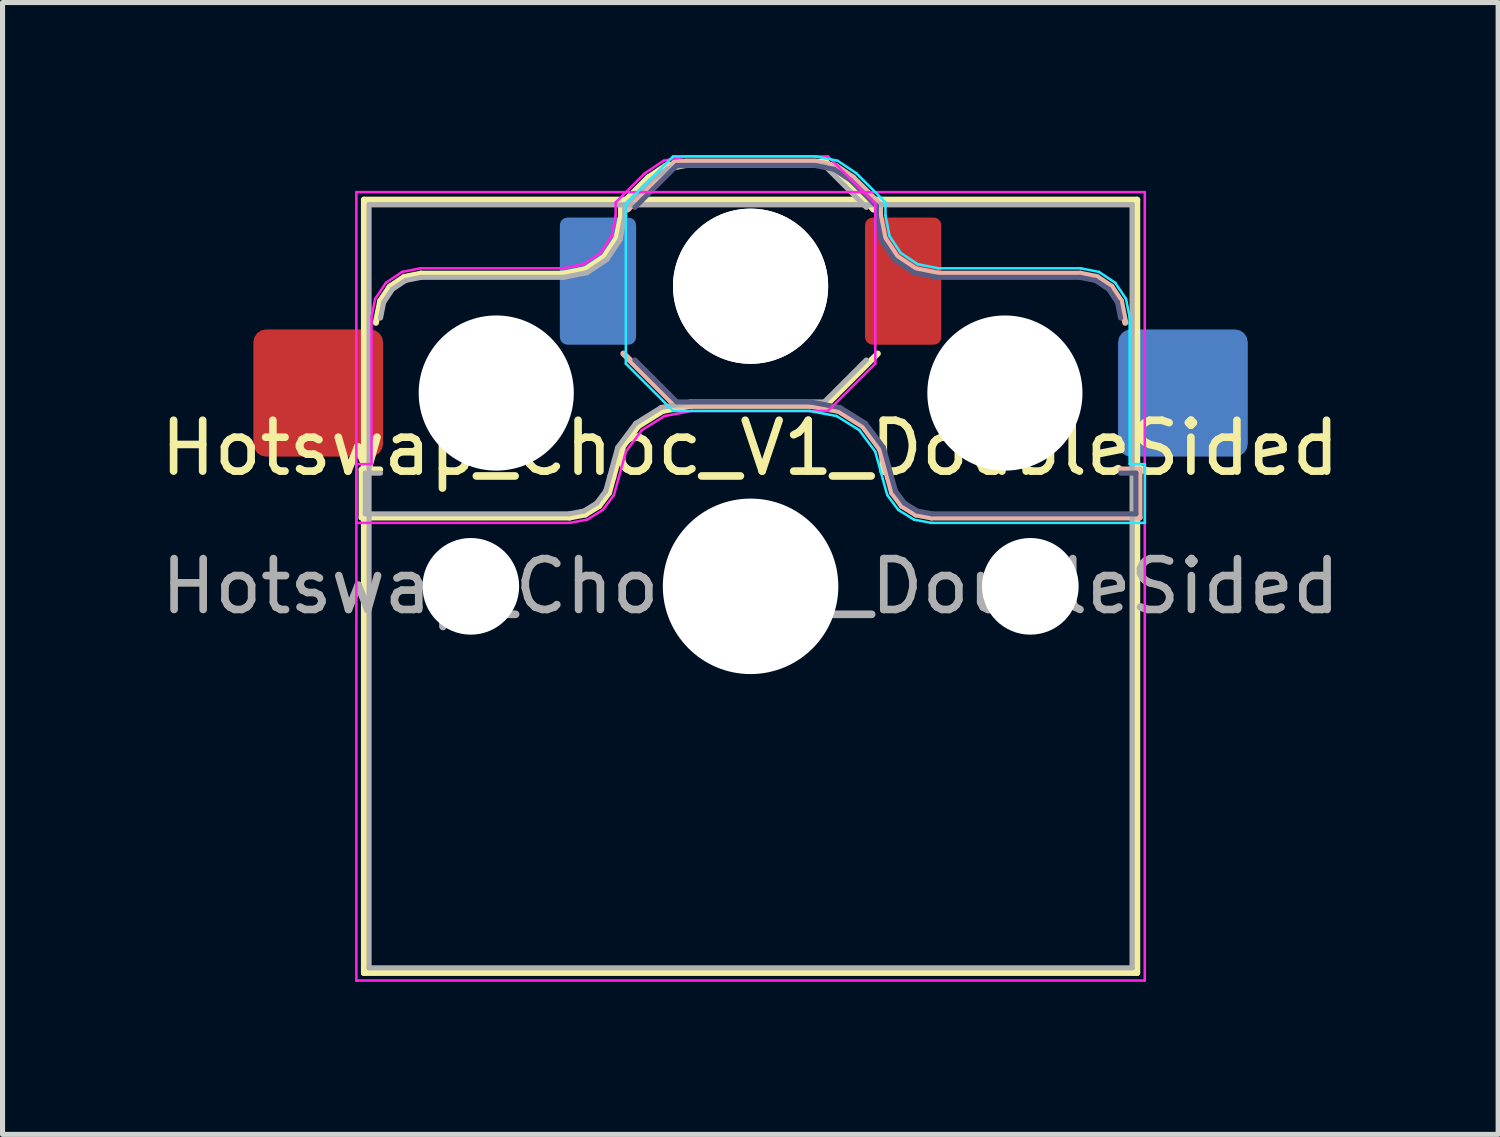
<source format=kicad_pcb>
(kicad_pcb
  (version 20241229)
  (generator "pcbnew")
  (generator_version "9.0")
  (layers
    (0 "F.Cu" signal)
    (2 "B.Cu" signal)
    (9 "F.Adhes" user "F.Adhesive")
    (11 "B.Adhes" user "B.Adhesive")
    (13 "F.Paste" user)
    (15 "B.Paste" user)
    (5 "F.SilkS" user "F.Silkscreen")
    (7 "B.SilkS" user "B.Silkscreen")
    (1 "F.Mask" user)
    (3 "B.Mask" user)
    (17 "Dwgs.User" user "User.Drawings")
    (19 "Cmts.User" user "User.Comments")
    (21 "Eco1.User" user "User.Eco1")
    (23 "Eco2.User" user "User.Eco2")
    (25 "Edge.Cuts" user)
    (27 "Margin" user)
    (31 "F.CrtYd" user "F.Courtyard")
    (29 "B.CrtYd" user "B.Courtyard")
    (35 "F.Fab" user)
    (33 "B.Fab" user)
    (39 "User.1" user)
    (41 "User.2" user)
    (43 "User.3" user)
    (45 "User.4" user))
  (footprint "Hotswap_Choc_V1_DoubleSided"
    (layer "F.Cu")
    (at 11.706 8.477)
    (property "Reference" "Hotswap_Choc_V1_DoubleSided" (at -0.01 -2.72 0) (layer "F.SilkS") (effects (font (size 1 1) (thickness 0.15))))
    (attr smd)
    (fp_line (start -7.646 -2.296) (end -7.646 -1.354) (stroke (width 0.12) (type solid)) (layer "F.SilkS"))
    (fp_line (start -7.646 -1.354) (end -3.56 -1.354) (stroke (width 0.12) (type solid)) (layer "F.SilkS"))
    (fp_line (start -7.6 -7.6) (end -7.6 7.6) (stroke (width 0.12) (type solid)) (layer "F.SilkS"))
    (fp_line (start -7.6 7.6) (end 7.6 7.6) (stroke (width 0.12) (type solid)) (layer "F.SilkS"))
    (fp_line (start -7.283 -2.296) (end -7.646 -2.296) (stroke (width 0.12) (type solid)) (layer "F.SilkS"))
    (fp_line (start -7.281 -5.609) (end -7.366 -5.182) (stroke (width 0.12) (type solid)) (layer "F.SilkS"))
    (fp_line (start -7.092 -5.892) (end -7.281 -5.609) (stroke (width 0.12) (type solid)) (layer "F.SilkS"))
    (fp_line (start -6.809 -6.081) (end -7.092 -5.892) (stroke (width 0.12) (type solid)) (layer "F.SilkS"))
    (fp_line (start -6.482 -6.146) (end -6.809 -6.081) (stroke (width 0.12) (type solid)) (layer "F.SilkS"))
    (fp_line (start -3.682 -6.146) (end -6.482 -6.146) (stroke (width 0.12) (type solid)) (layer "F.SilkS"))
    (fp_line (start -3.56 -1.354) (end -3.25 -1.413) (stroke (width 0.12) (type solid)) (layer "F.SilkS"))
    (fp_line (start -3.25 -1.413) (end -2.976 -1.583) (stroke (width 0.12) (type solid)) (layer "F.SilkS"))
    (fp_line (start -3.244 -6.233) (end -3.682 -6.146) (stroke (width 0.12) (type solid)) (layer "F.SilkS"))
    (fp_line (start -2.976 -1.583) (end -2.783 -1.841) (stroke (width 0.12) (type solid)) (layer "F.SilkS"))
    (fp_line (start -2.877 -6.477) (end -3.244 -6.233) (stroke (width 0.12) (type solid)) (layer "F.SilkS"))
    (fp_line (start -2.783 -1.841) (end -2.701 -2.139) (stroke (width 0.12) (type solid)) (layer "F.SilkS"))
    (fp_line (start -2.701 -2.139) (end -2.547 -2.697) (stroke (width 0.12) (type solid)) (layer "F.SilkS"))
    (fp_line (start -2.633 -6.844) (end -2.877 -6.477) (stroke (width 0.12) (type solid)) (layer "F.SilkS"))
    (fp_line (start -2.547 -2.697) (end -2.209 -3.15) (stroke (width 0.12) (type solid)) (layer "F.SilkS"))
    (fp_line (start -2.546 -7.504) (end -2.546 -7.282) (stroke (width 0.12) (type solid)) (layer "F.SilkS"))
    (fp_line (start -2.546 -7.282) (end -2.633 -6.844) (stroke (width 0.12) (type solid)) (layer "F.SilkS"))
    (fp_line (start -2.209 -3.15) (end -1.73 -3.449) (stroke (width 0.12) (type solid)) (layer "F.SilkS"))
    (fp_line (start -2.013 -8.037) (end -2.546 -7.504) (stroke (width 0.12) (type solid)) (layer "F.SilkS"))
    (fp_line (start -1.73 -3.449) (end -1.168 -3.554) (stroke (width 0.12) (type solid)) (layer "F.SilkS"))
    (fp_line (start -1.671 -8.266) (end -2.013 -8.037) (stroke (width 0.12) (type solid)) (layer "F.SilkS"))
    (fp_line (start -1.268 -8.346) (end -1.671 -8.266) (stroke (width 0.12) (type solid)) (layer "F.SilkS"))
    (fp_line (start -1.168 -3.554) (end 1.479 -3.554) (stroke (width 0.12) (type solid)) (layer "F.SilkS"))
    (fp_line (start 1.479 -8.346) (end -1.268 -8.346) (stroke (width 0.12) (type solid)) (layer "F.SilkS"))
    (fp_line (start 1.479 -3.554) (end 2.5 -4.575) (stroke (width 0.12) (type solid)) (layer "F.SilkS"))
    (fp_line (start 2.416 -7.409) (end 1.479 -8.346) (stroke (width 0.12) (type solid)) (layer "F.SilkS"))
    (fp_line (start 7.6 -7.6) (end -7.6 -7.6) (stroke (width 0.12) (type solid)) (layer "F.SilkS"))
    (fp_line (start 7.6 7.6) (end 7.6 -7.6) (stroke (width 0.12) (type solid)) (layer "F.SilkS"))
    (fp_line (start -2.416 -7.409) (end -1.479 -8.346) (stroke (width 0.12) (type solid)) (layer "B.SilkS"))
    (fp_line (start -1.479 -8.346) (end 1.268 -8.346) (stroke (width 0.12) (type solid)) (layer "B.SilkS"))
    (fp_line (start -1.479 -3.554) (end -2.5 -4.575) (stroke (width 0.12) (type solid)) (layer "B.SilkS"))
    (fp_line (start 1.168 -3.554) (end -1.479 -3.554) (stroke (width 0.12) (type solid)) (layer "B.SilkS"))
    (fp_line (start 1.268 -8.346) (end 1.671 -8.266) (stroke (width 0.12) (type solid)) (layer "B.SilkS"))
    (fp_line (start 1.671 -8.266) (end 2.013 -8.037) (stroke (width 0.12) (type solid)) (layer "B.SilkS"))
    (fp_line (start 1.73 -3.449) (end 1.168 -3.554) (stroke (width 0.12) (type solid)) (layer "B.SilkS"))
    (fp_line (start 2.013 -8.037) (end 2.546 -7.504) (stroke (width 0.12) (type solid)) (layer "B.SilkS"))
    (fp_line (start 2.209 -3.15) (end 1.73 -3.449) (stroke (width 0.12) (type solid)) (layer "B.SilkS"))
    (fp_line (start 2.546 -7.504) (end 2.546 -7.282) (stroke (width 0.12) (type solid)) (layer "B.SilkS"))
    (fp_line (start 2.546 -7.282) (end 2.633 -6.844) (stroke (width 0.12) (type solid)) (layer "B.SilkS"))
    (fp_line (start 2.547 -2.697) (end 2.209 -3.15) (stroke (width 0.12) (type solid)) (layer "B.SilkS"))
    (fp_line (start 2.633 -6.844) (end 2.877 -6.477) (stroke (width 0.12) (type solid)) (layer "B.SilkS"))
    (fp_line (start 2.701 -2.139) (end 2.547 -2.697) (stroke (width 0.12) (type solid)) (layer "B.SilkS"))
    (fp_line (start 2.783 -1.841) (end 2.701 -2.139) (stroke (width 0.12) (type solid)) (layer "B.SilkS"))
    (fp_line (start 2.877 -6.477) (end 3.244 -6.233) (stroke (width 0.12) (type solid)) (layer "B.SilkS"))
    (fp_line (start 2.976 -1.583) (end 2.783 -1.841) (stroke (width 0.12) (type solid)) (layer "B.SilkS"))
    (fp_line (start 3.244 -6.233) (end 3.682 -6.146) (stroke (width 0.12) (type solid)) (layer "B.SilkS"))
    (fp_line (start 3.25 -1.413) (end 2.976 -1.583) (stroke (width 0.12) (type solid)) (layer "B.SilkS"))
    (fp_line (start 3.56 -1.354) (end 3.25 -1.413) (stroke (width 0.12) (type solid)) (layer "B.SilkS"))
    (fp_line (start 3.682 -6.146) (end 6.482 -6.146) (stroke (width 0.12) (type solid)) (layer "B.SilkS"))
    (fp_line (start 6.482 -6.146) (end 6.809 -6.081) (stroke (width 0.12) (type solid)) (layer "B.SilkS"))
    (fp_line (start 6.809 -6.081) (end 7.092 -5.892) (stroke (width 0.12) (type solid)) (layer "B.SilkS"))
    (fp_line (start 7.092 -5.892) (end 7.281 -5.609) (stroke (width 0.12) (type solid)) (layer "B.SilkS"))
    (fp_line (start 7.281 -5.609) (end 7.366 -5.182) (stroke (width 0.12) (type solid)) (layer "B.SilkS"))
    (fp_line (start 7.283 -2.296) (end 7.646 -2.296) (stroke (width 0.12) (type solid)) (layer "B.SilkS"))
    (fp_line (start 7.646 -2.296) (end 7.646 -1.354) (stroke (width 0.12) (type solid)) (layer "B.SilkS"))
    (fp_line (start 7.646 -1.354) (end 3.56 -1.354) (stroke (width 0.12) (type solid)) (layer "B.SilkS"))
    (fp_line (start -7.25 -7.25) (end -7.25 7.25) (stroke (width 0.1) (type solid)) (layer "Eco1.User"))
    (fp_line (start -7.25 7.25) (end 7.25 7.25) (stroke (width 0.1) (type solid)) (layer "Eco1.User"))
    (fp_line (start 7.25 -7.25) (end -7.25 -7.25) (stroke (width 0.1) (type solid)) (layer "Eco1.User"))
    (fp_line (start 7.25 7.25) (end 7.25 -7.25) (stroke (width 0.1) (type solid)) (layer "Eco1.User"))
    (fp_line (start -2.452 -7.523) (end -1.523 -8.452) (stroke (width 0.05) (type solid)) (layer "B.CrtYd"))
    (fp_line (start -2.452 -4.377) (end -2.452 -7.523) (stroke (width 0.05) (type solid)) (layer "B.CrtYd"))
    (fp_line (start -1.523 -8.452) (end 1.278 -8.452) (stroke (width 0.05) (type solid)) (layer "B.CrtYd"))
    (fp_line (start -1.523 -3.448) (end -2.452 -4.377) (stroke (width 0.05) (type solid)) (layer "B.CrtYd"))
    (fp_line (start 1.159 -3.448) (end -1.523 -3.448) (stroke (width 0.05) (type solid)) (layer "B.CrtYd"))
    (fp_line (start 1.278 -8.452) (end 1.712 -8.366) (stroke (width 0.05) (type solid)) (layer "B.CrtYd"))
    (fp_line (start 1.691 -3.348) (end 1.159 -3.448) (stroke (width 0.05) (type solid)) (layer "B.CrtYd"))
    (fp_line (start 1.712 -8.366) (end 2.081 -8.119) (stroke (width 0.05) (type solid)) (layer "B.CrtYd"))
    (fp_line (start 2.081 -8.119) (end 2.652 -7.548) (stroke (width 0.05) (type solid)) (layer "B.CrtYd"))
    (fp_line (start 2.136 -3.071) (end 1.691 -3.348) (stroke (width 0.05) (type solid)) (layer "B.CrtYd"))
    (fp_line (start 2.45 -2.65) (end 2.136 -3.071) (stroke (width 0.05) (type solid)) (layer "B.CrtYd"))
    (fp_line (start 2.599 -2.111) (end 2.45 -2.65) (stroke (width 0.05) (type solid)) (layer "B.CrtYd"))
    (fp_line (start 2.652 -7.548) (end 2.652 -7.292) (stroke (width 0.05) (type solid)) (layer "B.CrtYd"))
    (fp_line (start 2.652 -7.292) (end 2.733 -6.885) (stroke (width 0.05) (type solid)) (layer "B.CrtYd"))
    (fp_line (start 2.687 -1.794) (end 2.599 -2.111) (stroke (width 0.05) (type solid)) (layer "B.CrtYd"))
    (fp_line (start 2.733 -6.885) (end 2.953 -6.553) (stroke (width 0.05) (type solid)) (layer "B.CrtYd"))
    (fp_line (start 2.903 -1.503) (end 2.687 -1.794) (stroke (width 0.05) (type solid)) (layer "B.CrtYd"))
    (fp_line (start 2.953 -6.553) (end 3.285 -6.333) (stroke (width 0.05) (type solid)) (layer "B.CrtYd"))
    (fp_line (start 3.211 -1.312) (end 2.903 -1.503) (stroke (width 0.05) (type solid)) (layer "B.CrtYd"))
    (fp_line (start 3.285 -6.333) (end 3.692 -6.252) (stroke (width 0.05) (type solid)) (layer "B.CrtYd"))
    (fp_line (start 3.55 -1.248) (end 3.211 -1.312) (stroke (width 0.05) (type solid)) (layer "B.CrtYd"))
    (fp_line (start 3.692 -6.252) (end 6.492 -6.252) (stroke (width 0.05) (type solid)) (layer "B.CrtYd"))
    (fp_line (start 6.492 -6.252) (end 6.85 -6.181) (stroke (width 0.05) (type solid)) (layer "B.CrtYd"))
    (fp_line (start 6.85 -6.181) (end 7.168 -5.968) (stroke (width 0.05) (type solid)) (layer "B.CrtYd"))
    (fp_line (start 7.168 -5.968) (end 7.381 -5.65) (stroke (width 0.05) (type solid)) (layer "B.CrtYd"))
    (fp_line (start 7.381 -5.65) (end 7.452 -5.292) (stroke (width 0.05) (type solid)) (layer "B.CrtYd"))
    (fp_line (start 7.452 -5.292) (end 7.452 -2.402) (stroke (width 0.05) (type solid)) (layer "B.CrtYd"))
    (fp_line (start 7.452 -2.402) (end 7.752 -2.402) (stroke (width 0.05) (type solid)) (layer "B.CrtYd"))
    (fp_line (start 7.752 -2.402) (end 7.752 -1.248) (stroke (width 0.05) (type solid)) (layer "B.CrtYd"))
    (fp_line (start 7.752 -1.248) (end 3.55 -1.248) (stroke (width 0.05) (type solid)) (layer "B.CrtYd"))
    (fp_line (start -7.752 -2.402) (end -7.752 -1.248) (stroke (width 0.05) (type solid)) (layer "F.CrtYd"))
    (fp_line (start -7.752 -1.248) (end -3.55 -1.248) (stroke (width 0.05) (type solid)) (layer "F.CrtYd"))
    (fp_line (start -7.75 -7.75) (end -7.75 7.75) (stroke (width 0.05) (type solid)) (layer "F.CrtYd"))
    (fp_line (start -7.75 7.75) (end 7.75 7.75) (stroke (width 0.05) (type solid)) (layer "F.CrtYd"))
    (fp_line (start -7.452 -5.292) (end -7.452 -2.402) (stroke (width 0.05) (type solid)) (layer "F.CrtYd"))
    (fp_line (start -7.452 -2.402) (end -7.752 -2.402) (stroke (width 0.05) (type solid)) (layer "F.CrtYd"))
    (fp_line (start -7.381 -5.65) (end -7.452 -5.292) (stroke (width 0.05) (type solid)) (layer "F.CrtYd"))
    (fp_line (start -7.168 -5.968) (end -7.381 -5.65) (stroke (width 0.05) (type solid)) (layer "F.CrtYd"))
    (fp_line (start -6.85 -6.181) (end -7.168 -5.968) (stroke (width 0.05) (type solid)) (layer "F.CrtYd"))
    (fp_line (start -6.492 -6.252) (end -6.85 -6.181) (stroke (width 0.05) (type solid)) (layer "F.CrtYd"))
    (fp_line (start -3.692 -6.252) (end -6.492 -6.252) (stroke (width 0.05) (type solid)) (layer "F.CrtYd"))
    (fp_line (start -3.55 -1.248) (end -3.211 -1.312) (stroke (width 0.05) (type solid)) (layer "F.CrtYd"))
    (fp_line (start -3.285 -6.333) (end -3.692 -6.252) (stroke (width 0.05) (type solid)) (layer "F.CrtYd"))
    (fp_line (start -3.211 -1.312) (end -2.903 -1.503) (stroke (width 0.05) (type solid)) (layer "F.CrtYd"))
    (fp_line (start -2.953 -6.553) (end -3.285 -6.333) (stroke (width 0.05) (type solid)) (layer "F.CrtYd"))
    (fp_line (start -2.903 -1.503) (end -2.687 -1.794) (stroke (width 0.05) (type solid)) (layer "F.CrtYd"))
    (fp_line (start -2.733 -6.885) (end -2.953 -6.553) (stroke (width 0.05) (type solid)) (layer "F.CrtYd"))
    (fp_line (start -2.687 -1.794) (end -2.599 -2.111) (stroke (width 0.05) (type solid)) (layer "F.CrtYd"))
    (fp_line (start -2.652 -7.548) (end -2.652 -7.292) (stroke (width 0.05) (type solid)) (layer "F.CrtYd"))
    (fp_line (start -2.652 -7.292) (end -2.733 -6.885) (stroke (width 0.05) (type solid)) (layer "F.CrtYd"))
    (fp_line (start -2.599 -2.111) (end -2.45 -2.65) (stroke (width 0.05) (type solid)) (layer "F.CrtYd"))
    (fp_line (start -2.45 -2.65) (end -2.136 -3.071) (stroke (width 0.05) (type solid)) (layer "F.CrtYd"))
    (fp_line (start -2.136 -3.071) (end -1.691 -3.348) (stroke (width 0.05) (type solid)) (layer "F.CrtYd"))
    (fp_line (start -2.081 -8.119) (end -2.652 -7.548) (stroke (width 0.05) (type solid)) (layer "F.CrtYd"))
    (fp_line (start -1.712 -8.366) (end -2.081 -8.119) (stroke (width 0.05) (type solid)) (layer "F.CrtYd"))
    (fp_line (start -1.691 -3.348) (end -1.159 -3.448) (stroke (width 0.05) (type solid)) (layer "F.CrtYd"))
    (fp_line (start -1.278 -8.452) (end -1.712 -8.366) (stroke (width 0.05) (type solid)) (layer "F.CrtYd"))
    (fp_line (start -1.159 -3.448) (end 1.523 -3.448) (stroke (width 0.05) (type solid)) (layer "F.CrtYd"))
    (fp_line (start 1.523 -8.452) (end -1.278 -8.452) (stroke (width 0.05) (type solid)) (layer "F.CrtYd"))
    (fp_line (start 1.523 -3.448) (end 2.452 -4.377) (stroke (width 0.05) (type solid)) (layer "F.CrtYd"))
    (fp_line (start 2.452 -7.523) (end 1.523 -8.452) (stroke (width 0.05) (type solid)) (layer "F.CrtYd"))
    (fp_line (start 2.452 -4.377) (end 2.452 -7.523) (stroke (width 0.05) (type solid)) (layer "F.CrtYd"))
    (fp_line (start 7.75 -7.75) (end -7.75 -7.75) (stroke (width 0.05) (type solid)) (layer "F.CrtYd"))
    (fp_line (start 7.75 7.75) (end 7.75 -7.75) (stroke (width 0.05) (type solid)) (layer "F.CrtYd"))
    (fp_line (start -2.275 -7.45) (end -1.45 -8.275) (stroke (width 0.1) (type solid)) (layer "B.Fab"))
    (fp_line (start -1.45 -8.275) (end 1.261 -8.275) (stroke (width 0.1) (type solid)) (layer "B.Fab"))
    (fp_line (start -1.45 -3.625) (end -2.275 -4.45) (stroke (width 0.1) (type solid)) (layer "B.Fab"))
    (fp_line (start 1.175 -3.625) (end -1.45 -3.625) (stroke (width 0.1) (type solid)) (layer "B.Fab"))
    (fp_line (start 1.261 -8.275) (end 1.643 -8.199) (stroke (width 0.1) (type solid)) (layer "B.Fab"))
    (fp_line (start 1.643 -8.199) (end 1.968 -7.982) (stroke (width 0.1) (type solid)) (layer "B.Fab"))
    (fp_line (start 1.756 -3.516) (end 1.175 -3.625) (stroke (width 0.1) (type solid)) (layer "B.Fab"))
    (fp_line (start 1.968 -7.982) (end 2.475 -7.475) (stroke (width 0.1) (type solid)) (layer "B.Fab"))
    (fp_line (start 2.258 -3.203) (end 1.756 -3.516) (stroke (width 0.1) (type solid)) (layer "B.Fab"))
    (fp_line (start 2.475 -7.475) (end 2.475 -7.275) (stroke (width 0.1) (type solid)) (layer "B.Fab"))
    (fp_line (start 2.475 -7.275) (end 2.566 -6.816) (stroke (width 0.1) (type solid)) (layer "B.Fab"))
    (fp_line (start 2.566 -6.816) (end 2.826 -6.426) (stroke (width 0.1) (type solid)) (layer "B.Fab"))
    (fp_line (start 2.612 -2.729) (end 2.258 -3.203) (stroke (width 0.1) (type solid)) (layer "B.Fab"))
    (fp_line (start 2.769 -2.158) (end 2.612 -2.729) (stroke (width 0.1) (type solid)) (layer "B.Fab"))
    (fp_line (start 2.826 -6.426) (end 3.216 -6.166) (stroke (width 0.1) (type solid)) (layer "B.Fab"))
    (fp_line (start 2.848 -1.873) (end 2.769 -2.158) (stroke (width 0.1) (type solid)) (layer "B.Fab"))
    (fp_line (start 3.025 -1.636) (end 2.848 -1.873) (stroke (width 0.1) (type solid)) (layer "B.Fab"))
    (fp_line (start 3.216 -6.166) (end 3.675 -6.075) (stroke (width 0.1) (type solid)) (layer "B.Fab"))
    (fp_line (start 3.276 -1.48) (end 3.025 -1.636) (stroke (width 0.1) (type solid)) (layer "B.Fab"))
    (fp_line (start 3.567 -1.425) (end 3.276 -1.48) (stroke (width 0.1) (type solid)) (layer "B.Fab"))
    (fp_line (start 3.675 -6.075) (end 6.475 -6.075) (stroke (width 0.1) (type solid)) (layer "B.Fab"))
    (fp_line (start 6.475 -6.075) (end 6.781 -6.014) (stroke (width 0.1) (type solid)) (layer "B.Fab"))
    (fp_line (start 6.781 -6.014) (end 7.041 -5.841) (stroke (width 0.1) (type solid)) (layer "B.Fab"))
    (fp_line (start 7.041 -5.841) (end 7.214 -5.581) (stroke (width 0.1) (type solid)) (layer "B.Fab"))
    (fp_line (start 7.214 -5.581) (end 7.275 -5.275) (stroke (width 0.1) (type solid)) (layer "B.Fab"))
    (fp_line (start 7.275 -2.225) (end 7.575 -2.225) (stroke (width 0.1) (type solid)) (layer "B.Fab"))
    (fp_line (start 7.575 -2.225) (end 7.575 -1.425) (stroke (width 0.1) (type solid)) (layer "B.Fab"))
    (fp_line (start 7.575 -1.425) (end 3.567 -1.425) (stroke (width 0.1) (type solid)) (layer "B.Fab"))
    (fp_line (start -7.575 -2.225) (end -7.575 -1.425) (stroke (width 0.1) (type solid)) (layer "F.Fab"))
    (fp_line (start -7.575 -1.425) (end -3.567 -1.425) (stroke (width 0.1) (type solid)) (layer "F.Fab"))
    (fp_line (start -7.5 -7.5) (end -7.5 7.5) (stroke (width 0.1) (type solid)) (layer "F.Fab"))
    (fp_line (start -7.5 7.5) (end 7.5 7.5) (stroke (width 0.1) (type solid)) (layer "F.Fab"))
    (fp_line (start -7.275 -2.225) (end -7.575 -2.225) (stroke (width 0.1) (type solid)) (layer "F.Fab"))
    (fp_line (start -7.214 -5.581) (end -7.275 -5.275) (stroke (width 0.1) (type solid)) (layer "F.Fab"))
    (fp_line (start -7.041 -5.841) (end -7.214 -5.581) (stroke (width 0.1) (type solid)) (layer "F.Fab"))
    (fp_line (start -6.781 -6.014) (end -7.041 -5.841) (stroke (width 0.1) (type solid)) (layer "F.Fab"))
    (fp_line (start -6.475 -6.075) (end -6.781 -6.014) (stroke (width 0.1) (type solid)) (layer "F.Fab"))
    (fp_line (start -3.675 -6.075) (end -6.475 -6.075) (stroke (width 0.1) (type solid)) (layer "F.Fab"))
    (fp_line (start -3.567 -1.425) (end -3.276 -1.48) (stroke (width 0.1) (type solid)) (layer "F.Fab"))
    (fp_line (start -3.276 -1.48) (end -3.025 -1.636) (stroke (width 0.1) (type solid)) (layer "F.Fab"))
    (fp_line (start -3.216 -6.166) (end -3.675 -6.075) (stroke (width 0.1) (type solid)) (layer "F.Fab"))
    (fp_line (start -3.025 -1.636) (end -2.848 -1.873) (stroke (width 0.1) (type solid)) (layer "F.Fab"))
    (fp_line (start -2.848 -1.873) (end -2.769 -2.158) (stroke (width 0.1) (type solid)) (layer "F.Fab"))
    (fp_line (start -2.826 -6.426) (end -3.216 -6.166) (stroke (width 0.1) (type solid)) (layer "F.Fab"))
    (fp_line (start -2.769 -2.158) (end -2.612 -2.729) (stroke (width 0.1) (type solid)) (layer "F.Fab"))
    (fp_line (start -2.612 -2.729) (end -2.258 -3.203) (stroke (width 0.1) (type solid)) (layer "F.Fab"))
    (fp_line (start -2.566 -6.816) (end -2.826 -6.426) (stroke (width 0.1) (type solid)) (layer "F.Fab"))
    (fp_line (start -2.475 -7.475) (end -2.475 -7.275) (stroke (width 0.1) (type solid)) (layer "F.Fab"))
    (fp_line (start -2.475 -7.275) (end -2.566 -6.816) (stroke (width 0.1) (type solid)) (layer "F.Fab"))
    (fp_line (start -2.258 -3.203) (end -1.756 -3.516) (stroke (width 0.1) (type solid)) (layer "F.Fab"))
    (fp_line (start -1.968 -7.982) (end -2.475 -7.475) (stroke (width 0.1) (type solid)) (layer "F.Fab"))
    (fp_line (start -1.756 -3.516) (end -1.175 -3.625) (stroke (width 0.1) (type solid)) (layer "F.Fab"))
    (fp_line (start -1.643 -8.199) (end -1.968 -7.982) (stroke (width 0.1) (type solid)) (layer "F.Fab"))
    (fp_line (start -1.261 -8.275) (end -1.643 -8.199) (stroke (width 0.1) (type solid)) (layer "F.Fab"))
    (fp_line (start -1.175 -3.625) (end 1.45 -3.625) (stroke (width 0.1) (type solid)) (layer "F.Fab"))
    (fp_line (start 1.45 -8.275) (end -1.261 -8.275) (stroke (width 0.1) (type solid)) (layer "F.Fab"))
    (fp_line (start 1.45 -3.625) (end 2.275 -4.45) (stroke (width 0.1) (type solid)) (layer "F.Fab"))
    (fp_line (start 2.275 -7.45) (end 1.45 -8.275) (stroke (width 0.1) (type solid)) (layer "F.Fab"))
    (fp_line (start 7.5 -7.5) (end -7.5 -7.5) (stroke (width 0.1) (type solid)) (layer "F.Fab"))
    (fp_line (start 7.5 7.5) (end 7.5 -7.5) (stroke (width 0.1) (type solid)) (layer "F.Fab"))
    (fp_text user "${REFERENCE}" (at 0 0 0) (layer "F.Fab") (effects (font (size 1 1) (thickness 0.15))))
    (pad "" np_thru_hole circle (at -5.5 0) (size 1.9 1.9) (drill 1.9) (layers "*.Cu" "*.Mask"))
    (pad "" np_thru_hole circle (at -5 -3.8) (size 3.05 3.05) (drill 3.05) (layers "*.Cu" "*.Mask"))
    (pad "" np_thru_hole circle (at 0 -5.9) (size 3.05 3.05) (drill 3.05) (layers "*.Cu" "*.Mask"))
    (pad "" np_thru_hole circle (at 0 -5.9) (size 3.05 3.05) (drill 3.05) (layers "*.Cu" "*.Mask"))
    (pad "" np_thru_hole circle (at 0 0) (size 3.45 3.45) (drill 3.45) (layers "*.Cu" "*.Mask"))
    (pad "" np_thru_hole circle (at 5 -3.8) (size 3.05 3.05) (drill 3.05) (layers "*.Cu" "*.Mask"))
    (pad "" np_thru_hole circle (at 5.5 0) (size 1.9 1.9) (drill 1.9) (layers "*.Cu" "*.Mask"))
    (pad "1" smd roundrect (at -3 -6) (size 1.5 2.5) (layers "B.Cu" "B.Mask" "B.Paste") (roundrect_rratio 0.1))
    (pad "1" smd roundrect (at 3 -6) (size 1.5 2.5) (layers "F.Cu" "F.Mask" "F.Paste") (roundrect_rratio 0.1))
    (pad "2" smd roundrect (at -8.5 -3.8) (size 2.55 2.5) (layers "F.Cu" "F.Mask" "F.Paste") (roundrect_rratio 0.1))
    (pad "2" smd roundrect (at 8.5 -3.8) (size 2.55 2.5) (layers "B.Cu" "B.Mask" "B.Paste") (roundrect_rratio 0.1)))
  (gr_rect
    (start -3 -3)
    (end 26.403 19.252)
    (stroke (width 0.1) (type default))
    (fill no)
    (layer "Edge.Cuts")))
</source>
